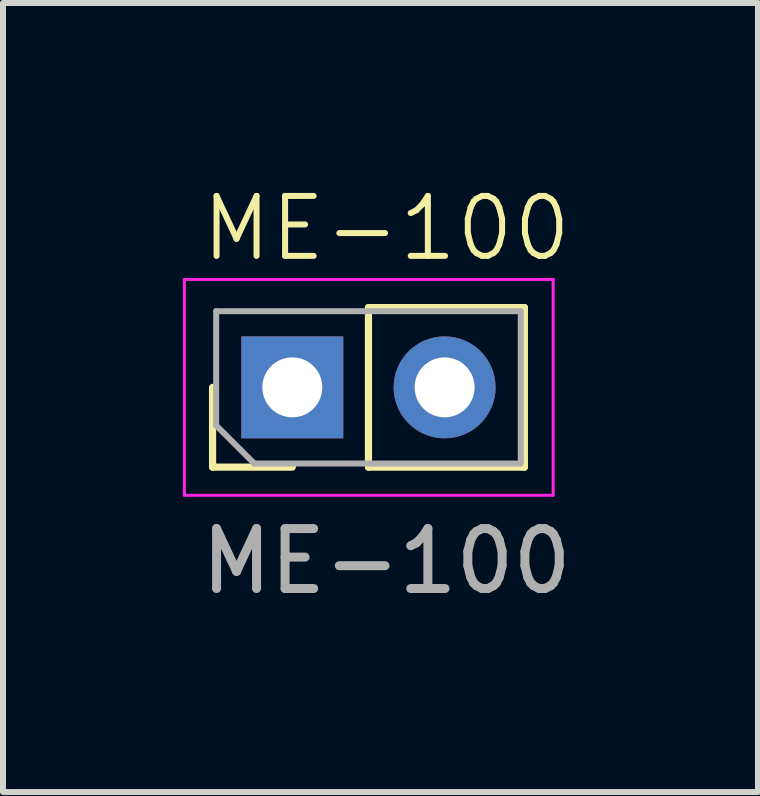
<source format=kicad_pcb>
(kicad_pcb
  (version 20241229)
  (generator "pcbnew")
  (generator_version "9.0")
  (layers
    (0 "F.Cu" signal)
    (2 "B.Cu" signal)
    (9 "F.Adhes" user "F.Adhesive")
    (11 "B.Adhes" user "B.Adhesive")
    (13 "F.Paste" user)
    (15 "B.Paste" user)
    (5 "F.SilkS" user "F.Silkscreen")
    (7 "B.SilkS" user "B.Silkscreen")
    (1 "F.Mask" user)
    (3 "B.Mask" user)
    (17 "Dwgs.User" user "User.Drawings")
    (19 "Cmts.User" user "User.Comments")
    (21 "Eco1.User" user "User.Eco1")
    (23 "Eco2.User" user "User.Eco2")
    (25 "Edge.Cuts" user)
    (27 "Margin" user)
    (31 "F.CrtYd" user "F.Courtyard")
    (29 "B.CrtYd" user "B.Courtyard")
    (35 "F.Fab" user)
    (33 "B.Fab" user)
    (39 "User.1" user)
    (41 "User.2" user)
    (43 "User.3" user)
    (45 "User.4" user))
  (footprint "ME-100"
    (layer "F.Cu")
    (at 3.395 3.41)
    (property "Reference" "ME-100" (at 0 -2.65 0) (unlocked yes) (layer "F.SilkS") (effects (font (size 1 1) (thickness 0.1))))
    (attr through_hole)
    (fp_line (start -2.9 1.33) (end -2.9 0) (stroke (width 0.12) (type solid)) (layer "F.SilkS"))
    (fp_line (start -1.57 1.33) (end -2.9 1.33) (stroke (width 0.12) (type solid)) (layer "F.SilkS"))
    (fp_line (start -0.3 -1.33) (end 2.3 -1.33) (stroke (width 0.12) (type solid)) (layer "F.SilkS"))
    (fp_line (start -0.3 1.33) (end -0.3 -1.33) (stroke (width 0.12) (type solid)) (layer "F.SilkS"))
    (fp_line (start -0.3 1.33) (end 2.3 1.33) (stroke (width 0.12) (type solid)) (layer "F.SilkS"))
    (fp_line (start 2.3 1.33) (end 2.3 -1.33) (stroke (width 0.12) (type solid)) (layer "F.SilkS"))
    (fp_line (start -3.37 -1.8) (end -3.37 1.8) (stroke (width 0.05) (type solid)) (layer "F.CrtYd"))
    (fp_line (start -3.37 1.8) (end 2.78 1.8) (stroke (width 0.05) (type solid)) (layer "F.CrtYd"))
    (fp_line (start 2.78 -1.8) (end -3.37 -1.8) (stroke (width 0.05) (type solid)) (layer "F.CrtYd"))
    (fp_line (start 2.78 1.8) (end 2.78 -1.8) (stroke (width 0.05) (type solid)) (layer "F.CrtYd"))
    (fp_line (start -2.84 -1.27) (end 2.24 -1.27) (stroke (width 0.1) (type solid)) (layer "F.Fab"))
    (fp_line (start -2.84 0.635) (end -2.84 -1.27) (stroke (width 0.1) (type solid)) (layer "F.Fab"))
    (fp_line (start -2.205 1.27) (end -2.84 0.635) (stroke (width 0.1) (type solid)) (layer "F.Fab"))
    (fp_line (start 2.24 -1.27) (end 2.24 1.27) (stroke (width 0.1) (type solid)) (layer "F.Fab"))
    (fp_line (start 2.24 1.27) (end -2.205 1.27) (stroke (width 0.1) (type solid)) (layer "F.Fab"))
    (fp_text user "${REFERENCE}" (at 0 2.9 0) (unlocked yes) (layer "F.Fab") (effects (font (size 1 1) (thickness 0.15))))
    (pad "1" thru_hole rect (at -1.57 0 90) (size 1.7 1.7) (drill 1) (layers "*.Cu" "*.Mask"))
    (pad "2" thru_hole oval (at 0.97 0 90) (size 1.7 1.7) (drill 1) (layers "*.Cu" "*.Mask")))
  (gr_rect
    (start -3 -3)
    (end 9.591 10.159)
    (stroke (width 0.1) (type default))
    (fill no)
    (layer "Edge.Cuts")))
</source>
